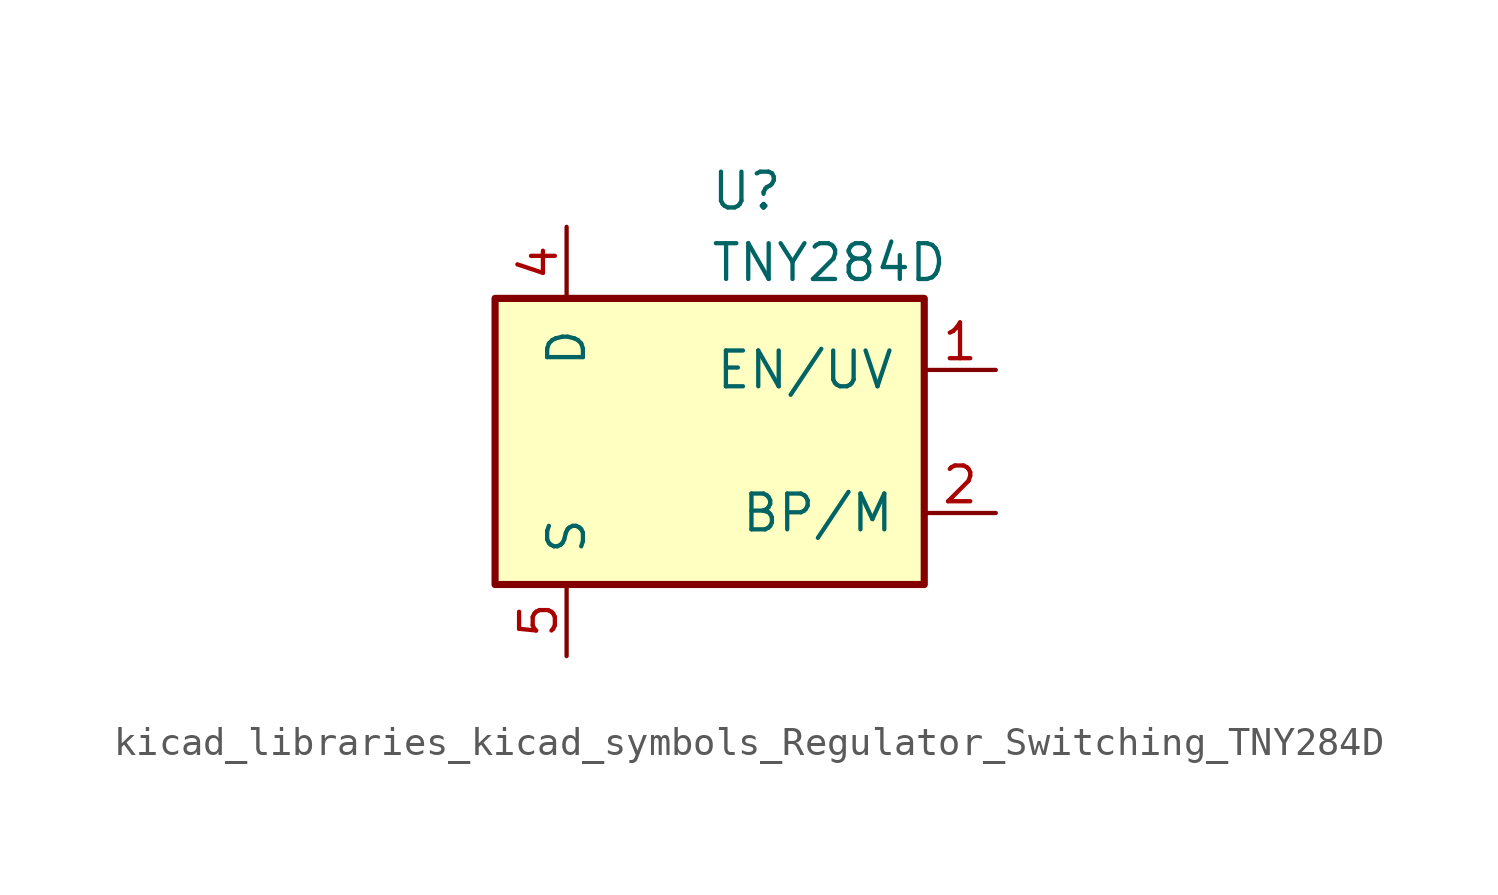
<source format=kicad_sym>
(kicad_symbol_lib
  (version 20220914)
  (generator kicad_symbol_editor)
  (symbol "kicad_libraries_kicad_symbols_Regulator_Switching_TNY284D"
    (pin_names
      (offset 1.016))
    (property "Reference" "U"
      (at 0 8.89 0)
      (effects (font (size 1.27 1.27)) (justify left)))
    (property "Value" "TNY284D"
      (at 0 6.35 0)
      (effects (font (size 1.27 1.27)) (justify left)))
    (symbol "kicad_libraries_kicad_symbols_Regulator_Switching_TNY284D_0_1"
      (rectangle (start -7.62 5.08) (end 7.62 -5.08) (stroke (width 0.254) (type default)) (fill (type background))))
    (symbol "kicad_libraries_kicad_symbols_Regulator_Switching_TNY284D_1_1"
      (pin input line (at 10.16 2.54 180) (length 2.54) (name "EN/UV" (effects (font (size 1.27 1.27)))) (number "1" (effects (font (size 1.27 1.27)))))
      (pin input line (at 10.16 -2.54 180) (length 2.54) (name "BP/M" (effects (font (size 1.27 1.27)))) (number "2" (effects (font (size 1.27 1.27)))))
      (pin open_collector line (at -5.08 7.62 270) (length 2.54) (name "D" (effects (font (size 1.27 1.27)))) (number "4" (effects (font (size 1.27 1.27)))))
      (pin power_in line (at -5.08 -7.62 90) (length 2.54) (name "S" (effects (font (size 1.27 1.27)))) (number "5" (effects (font (size 1.27 1.27)))))
      (pin passive line (at -5.08 -7.62 90) (length 2.54) hide (name "S" (effects (font (size 1.27 1.27)))) (number "6" (effects (font (size 1.27 1.27)))))
      (pin passive line (at -5.08 -7.62 90) (length 2.54) hide (name "S" (effects (font (size 1.27 1.27)))) (number "7" (effects (font (size 1.27 1.27)))))
      (pin passive line (at -5.08 -7.62 90) (length 2.54) hide (name "S" (effects (font (size 1.27 1.27)))) (number "8" (effects (font (size 1.27 1.27))))))))
</source>
